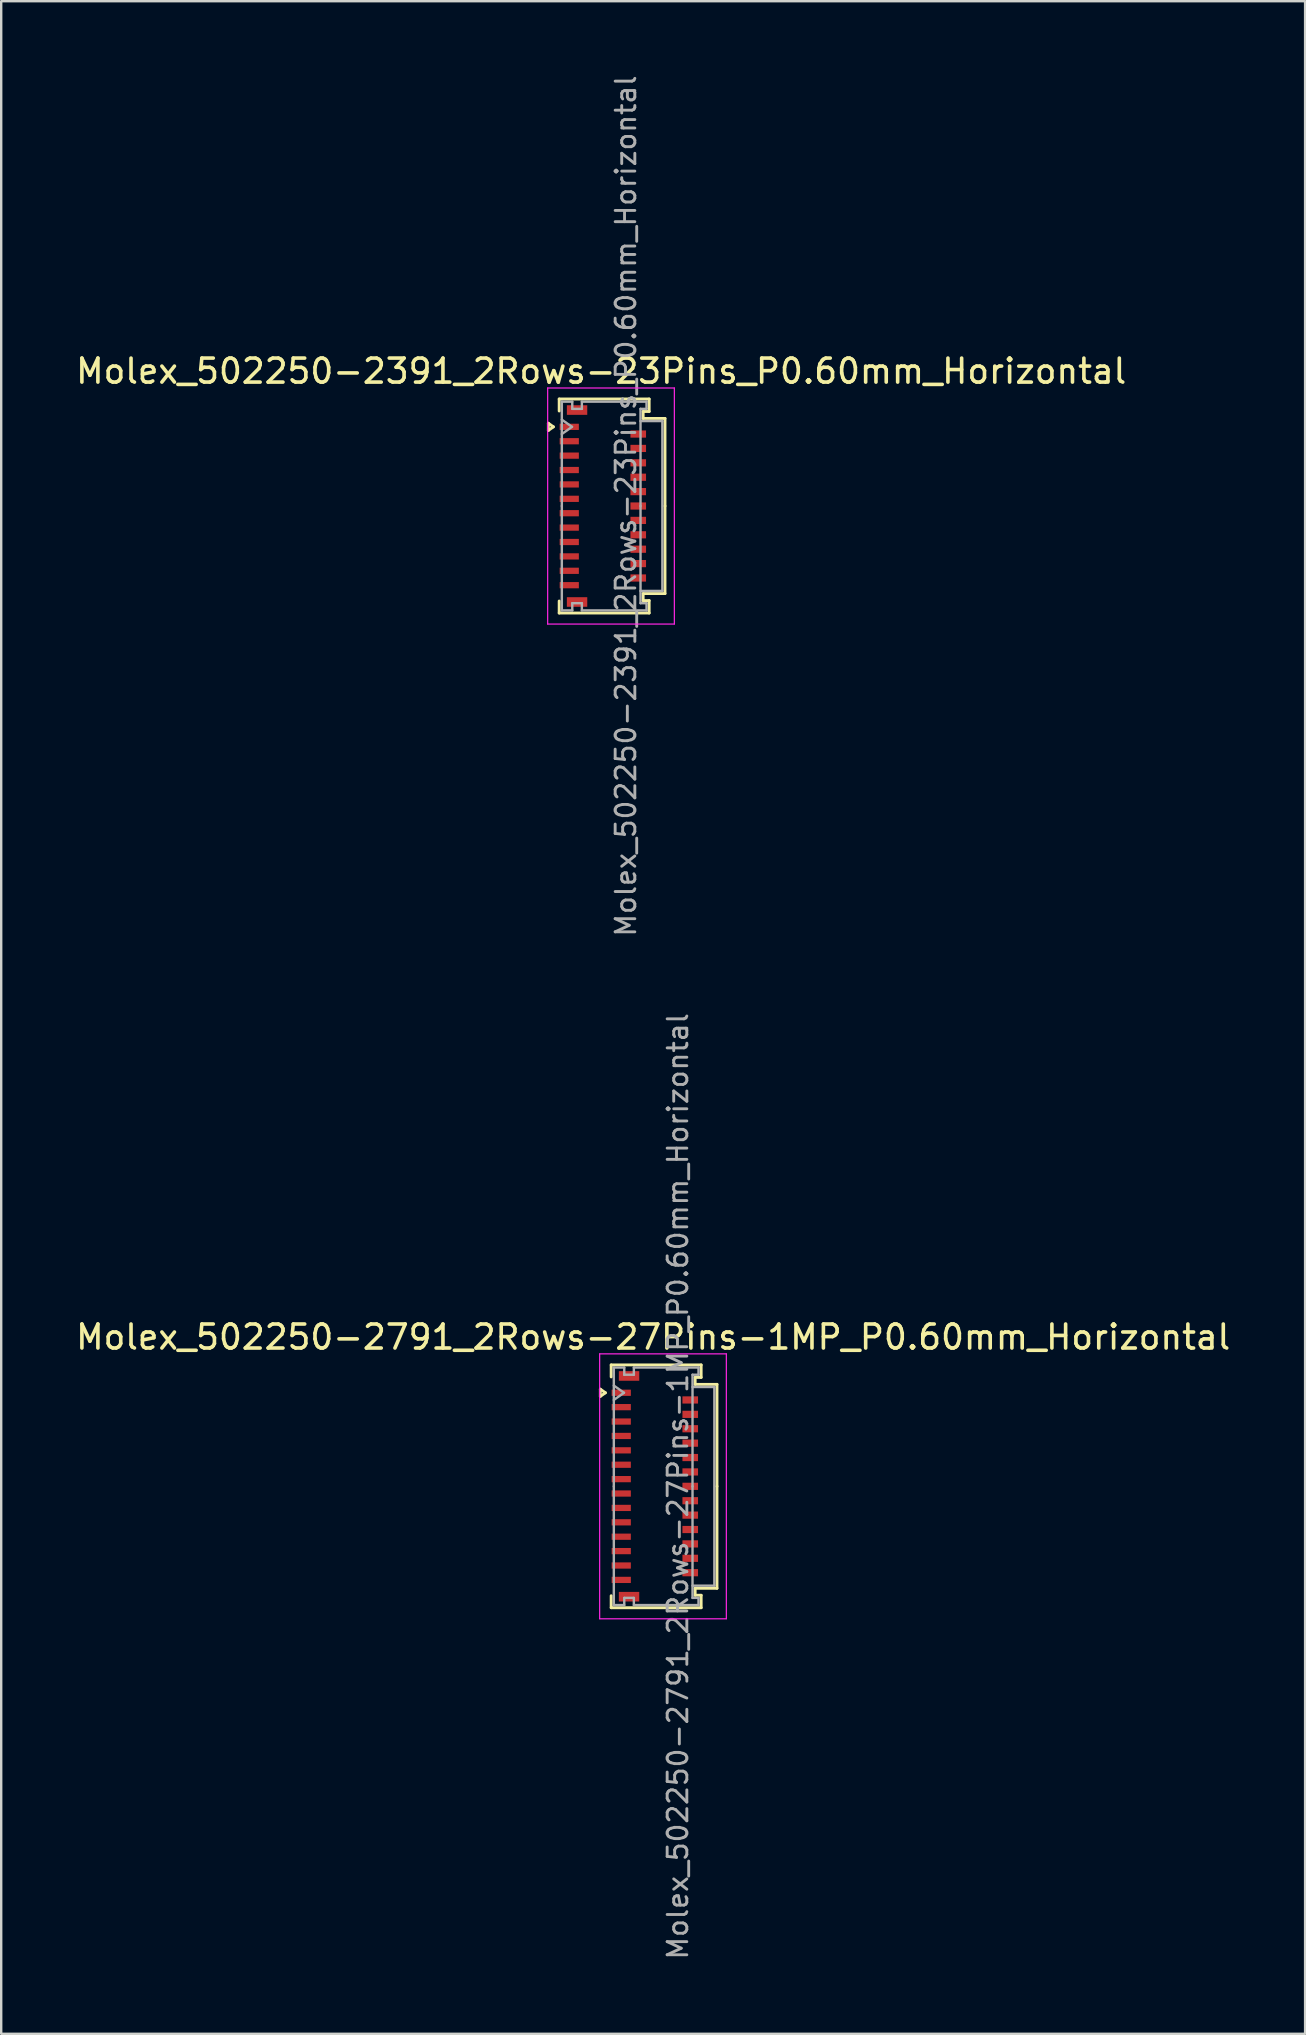
<source format=kicad_pcb>
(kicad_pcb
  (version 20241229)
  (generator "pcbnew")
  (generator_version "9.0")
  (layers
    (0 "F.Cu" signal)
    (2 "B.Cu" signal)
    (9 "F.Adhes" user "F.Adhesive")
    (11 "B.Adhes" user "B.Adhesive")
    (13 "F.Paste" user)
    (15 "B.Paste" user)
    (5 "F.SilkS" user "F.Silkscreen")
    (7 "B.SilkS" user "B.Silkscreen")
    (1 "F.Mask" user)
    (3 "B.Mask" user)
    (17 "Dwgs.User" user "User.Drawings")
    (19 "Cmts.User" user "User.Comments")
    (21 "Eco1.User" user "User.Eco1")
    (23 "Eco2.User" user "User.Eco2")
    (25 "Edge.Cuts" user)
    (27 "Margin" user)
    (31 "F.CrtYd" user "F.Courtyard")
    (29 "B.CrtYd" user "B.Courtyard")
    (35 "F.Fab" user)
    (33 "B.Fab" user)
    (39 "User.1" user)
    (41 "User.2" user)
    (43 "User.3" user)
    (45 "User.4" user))
  (footprint "Molex_502250-2791_2Rows-27Pins-1MP_P0.60mm_Horizontal"
    (layer "F.Cu")
    (at 24.243 58.898)
    (property "Reference" "Molex_502250-2791_2Rows-27Pins-1MP_P0.60mm_Horizontal" (at -0.07 -6.22 0) (layer "F.SilkS") (effects (font (size 1 1) (thickness 0.15))))
    (attr smd)
    (fp_line (start -2.272 -4.05) (end -2.06 -3.9) (stroke (width 0.12) (type solid)) (layer "F.SilkS"))
    (fp_line (start -2.272 -3.75) (end -2.272 -4.05) (stroke (width 0.12) (type solid)) (layer "F.SilkS"))
    (fp_line (start -2.06 -3.9) (end -2.272 -3.75) (stroke (width 0.12) (type solid)) (layer "F.SilkS"))
    (fp_line (start -1.82 -5.06) (end 1.93 -5.06) (stroke (width 0.12) (type solid)) (layer "F.SilkS"))
    (fp_line (start -1.82 -4.56) (end -1.82 -5.06) (stroke (width 0.12) (type solid)) (layer "F.SilkS"))
    (fp_line (start -1.82 4.56) (end -1.82 5.06) (stroke (width 0.12) (type solid)) (layer "F.SilkS"))
    (fp_line (start -1.82 5.06) (end 1.93 5.06) (stroke (width 0.12) (type solid)) (layer "F.SilkS"))
    (fp_line (start 1.68 -4.54) (end 1.68 -4.25) (stroke (width 0.12) (type solid)) (layer "F.SilkS"))
    (fp_line (start 1.68 -4.25) (end 2.59 -4.25) (stroke (width 0.12) (type solid)) (layer "F.SilkS"))
    (fp_line (start 1.68 4.25) (end 2.59 4.25) (stroke (width 0.12) (type solid)) (layer "F.SilkS"))
    (fp_line (start 1.68 4.54) (end 1.68 4.25) (stroke (width 0.12) (type solid)) (layer "F.SilkS"))
    (fp_line (start 1.93 -5.06) (end 1.93 -4.54) (stroke (width 0.12) (type solid)) (layer "F.SilkS"))
    (fp_line (start 1.93 -4.54) (end 1.68 -4.54) (stroke (width 0.12) (type solid)) (layer "F.SilkS"))
    (fp_line (start 1.93 4.54) (end 1.68 4.54) (stroke (width 0.12) (type solid)) (layer "F.SilkS"))
    (fp_line (start 1.93 5.06) (end 1.93 4.54) (stroke (width 0.12) (type solid)) (layer "F.SilkS"))
    (fp_line (start 2.59 -4.25) (end 2.59 0) (stroke (width 0.12) (type solid)) (layer "F.SilkS"))
    (fp_line (start 2.59 4.25) (end 2.59 0) (stroke (width 0.12) (type solid)) (layer "F.SilkS"))
    (fp_line (start -2.3 -5.52) (end -2.3 5.52) (stroke (width 0.05) (type solid)) (layer "F.CrtYd"))
    (fp_line (start -2.3 5.52) (end 2.98 5.52) (stroke (width 0.05) (type solid)) (layer "F.CrtYd"))
    (fp_line (start 2.98 -5.52) (end -2.3 -5.52) (stroke (width 0.05) (type solid)) (layer "F.CrtYd"))
    (fp_line (start 2.98 5.52) (end 2.98 -5.52) (stroke (width 0.05) (type solid)) (layer "F.CrtYd"))
    (fp_line (start -1.71 -4.95) (end -1.275 -4.95) (stroke (width 0.1) (type solid)) (layer "F.Fab"))
    (fp_line (start -1.71 -4.2) (end -1.286 -3.9) (stroke (width 0.1) (type solid)) (layer "F.Fab"))
    (fp_line (start -1.71 0) (end -1.71 -4.95) (stroke (width 0.1) (type solid)) (layer "F.Fab"))
    (fp_line (start -1.71 0) (end -1.71 4.95) (stroke (width 0.1) (type solid)) (layer "F.Fab"))
    (fp_line (start -1.71 4.95) (end -1.275 4.95) (stroke (width 0.1) (type solid)) (layer "F.Fab"))
    (fp_line (start -1.286 -3.9) (end -1.71 -3.6) (stroke (width 0.1) (type solid)) (layer "F.Fab"))
    (fp_line (start -1.275 -4.95) (end -1.275 -4.65) (stroke (width 0.1) (type solid)) (layer "F.Fab"))
    (fp_line (start -1.275 -4.65) (end -0.875 -4.65) (stroke (width 0.1) (type solid)) (layer "F.Fab"))
    (fp_line (start -1.275 4.65) (end -0.875 4.65) (stroke (width 0.1) (type solid)) (layer "F.Fab"))
    (fp_line (start -1.275 4.95) (end -1.275 4.65) (stroke (width 0.1) (type solid)) (layer "F.Fab"))
    (fp_line (start -0.875 -4.95) (end 1.82 -4.95) (stroke (width 0.1) (type solid)) (layer "F.Fab"))
    (fp_line (start -0.875 -4.65) (end -0.875 -4.95) (stroke (width 0.1) (type solid)) (layer "F.Fab"))
    (fp_line (start -0.875 4.65) (end -0.875 4.95) (stroke (width 0.1) (type solid)) (layer "F.Fab"))
    (fp_line (start -0.875 4.95) (end 1.82 4.95) (stroke (width 0.1) (type solid)) (layer "F.Fab"))
    (fp_line (start 1.57 -4.65) (end 1.57 0) (stroke (width 0.1) (type solid)) (layer "F.Fab"))
    (fp_line (start 1.57 -4.14) (end 2.48 -4.14) (stroke (width 0.1) (type solid)) (layer "F.Fab"))
    (fp_line (start 1.57 4.65) (end 1.57 0) (stroke (width 0.1) (type solid)) (layer "F.Fab"))
    (fp_line (start 1.82 -4.95) (end 1.82 -4.65) (stroke (width 0.1) (type solid)) (layer "F.Fab"))
    (fp_line (start 1.82 -4.65) (end 1.57 -4.65) (stroke (width 0.1) (type solid)) (layer "F.Fab"))
    (fp_line (start 1.82 4.65) (end 1.57 4.65) (stroke (width 0.1) (type solid)) (layer "F.Fab"))
    (fp_line (start 1.82 4.95) (end 1.82 4.65) (stroke (width 0.1) (type solid)) (layer "F.Fab"))
    (fp_line (start 2.48 -4.14) (end 2.48 4.14) (stroke (width 0.1) (type solid)) (layer "F.Fab"))
    (fp_line (start 2.48 4.14) (end 1.57 4.14) (stroke (width 0.1) (type solid)) (layer "F.Fab"))
    (fp_text user "${REFERENCE}" (at 0.96 0 90) (layer "F.Fab") (effects (font (size 0.82 0.82) (thickness 0.12))))
    (pad "1" smd rect (at -1.4 -3.9) (size 0.8 0.26) (layers "F.Cu" "F.Mask" "F.Paste"))
    (pad "2" smd rect (at 1.475 -3.6) (size 0.65 0.3) (layers "F.Cu" "F.Mask" "F.Paste"))
    (pad "3" smd rect (at -1.4 -3.3) (size 0.8 0.26) (layers "F.Cu" "F.Mask" "F.Paste"))
    (pad "4" smd rect (at 1.475 -3) (size 0.65 0.3) (layers "F.Cu" "F.Mask" "F.Paste"))
    (pad "5" smd rect (at -1.4 -2.7) (size 0.8 0.26) (layers "F.Cu" "F.Mask" "F.Paste"))
    (pad "6" smd rect (at 1.475 -2.4) (size 0.65 0.3) (layers "F.Cu" "F.Mask" "F.Paste"))
    (pad "7" smd rect (at -1.4 -2.1) (size 0.8 0.26) (layers "F.Cu" "F.Mask" "F.Paste"))
    (pad "8" smd rect (at 1.475 -1.8) (size 0.65 0.3) (layers "F.Cu" "F.Mask" "F.Paste"))
    (pad "9" smd rect (at -1.4 -1.5) (size 0.8 0.26) (layers "F.Cu" "F.Mask" "F.Paste"))
    (pad "10" smd rect (at 1.475 -1.2) (size 0.65 0.3) (layers "F.Cu" "F.Mask" "F.Paste"))
    (pad "11" smd rect (at -1.4 -0.9) (size 0.8 0.26) (layers "F.Cu" "F.Mask" "F.Paste"))
    (pad "12" smd rect (at 1.475 -0.6) (size 0.65 0.3) (layers "F.Cu" "F.Mask" "F.Paste"))
    (pad "13" smd rect (at -1.4 -0.3) (size 0.8 0.26) (layers "F.Cu" "F.Mask" "F.Paste"))
    (pad "14" smd rect (at 1.475 0) (size 0.65 0.3) (layers "F.Cu" "F.Mask" "F.Paste"))
    (pad "15" smd rect (at -1.4 0.3) (size 0.8 0.26) (layers "F.Cu" "F.Mask" "F.Paste"))
    (pad "16" smd rect (at 1.475 0.6) (size 0.65 0.3) (layers "F.Cu" "F.Mask" "F.Paste"))
    (pad "17" smd rect (at -1.4 0.9) (size 0.8 0.26) (layers "F.Cu" "F.Mask" "F.Paste"))
    (pad "18" smd rect (at 1.475 1.2) (size 0.65 0.3) (layers "F.Cu" "F.Mask" "F.Paste"))
    (pad "19" smd rect (at -1.4 1.5) (size 0.8 0.26) (layers "F.Cu" "F.Mask" "F.Paste"))
    (pad "20" smd rect (at 1.475 1.8) (size 0.65 0.3) (layers "F.Cu" "F.Mask" "F.Paste"))
    (pad "21" smd rect (at -1.4 2.1) (size 0.8 0.26) (layers "F.Cu" "F.Mask" "F.Paste"))
    (pad "22" smd rect (at 1.475 2.4) (size 0.65 0.3) (layers "F.Cu" "F.Mask" "F.Paste"))
    (pad "23" smd rect (at -1.4 2.7) (size 0.8 0.26) (layers "F.Cu" "F.Mask" "F.Paste"))
    (pad "24" smd rect (at 1.475 3) (size 0.65 0.3) (layers "F.Cu" "F.Mask" "F.Paste"))
    (pad "25" smd rect (at -1.4 3.3) (size 0.8 0.26) (layers "F.Cu" "F.Mask" "F.Paste"))
    (pad "26" smd rect (at 1.475 3.6) (size 0.65 0.3) (layers "F.Cu" "F.Mask" "F.Paste"))
    (pad "27" smd rect (at -1.4 3.9) (size 0.8 0.26) (layers "F.Cu" "F.Mask" "F.Paste"))
    (pad "MP" smd rect (at -1.075 -4.6) (size 0.85 0.4) (layers "F.Cu" "F.Mask" "F.Paste"))
    (pad "MP" smd rect (at -1.075 4.6) (size 0.85 0.4) (layers "F.Cu" "F.Mask" "F.Paste")))
  (footprint "Molex_502250-2391_2Rows-23Pins_P0.60mm_Horizontal"
    (layer "F.Cu")
    (at 22.076 18.04)
    (property "Reference" "Molex_502250-2391_2Rows-23Pins_P0.60mm_Horizontal" (at -0.07 -5.62 0) (layer "F.SilkS") (effects (font (size 1 1) (thickness 0.15))))
    (attr smd)
    (fp_line (start -2.272 -3.45) (end -2.06 -3.3) (stroke (width 0.12) (type solid)) (layer "F.SilkS"))
    (fp_line (start -2.272 -3.15) (end -2.272 -3.45) (stroke (width 0.12) (type solid)) (layer "F.SilkS"))
    (fp_line (start -2.06 -3.3) (end -2.272 -3.15) (stroke (width 0.12) (type solid)) (layer "F.SilkS"))
    (fp_line (start -1.82 -4.46) (end 1.93 -4.46) (stroke (width 0.12) (type solid)) (layer "F.SilkS"))
    (fp_line (start -1.82 -3.96) (end -1.82 -4.46) (stroke (width 0.12) (type solid)) (layer "F.SilkS"))
    (fp_line (start -1.82 3.96) (end -1.82 4.46) (stroke (width 0.12) (type solid)) (layer "F.SilkS"))
    (fp_line (start -1.82 4.46) (end 1.93 4.46) (stroke (width 0.12) (type solid)) (layer "F.SilkS"))
    (fp_line (start 1.68 -3.94) (end 1.68 -3.65) (stroke (width 0.12) (type solid)) (layer "F.SilkS"))
    (fp_line (start 1.68 -3.65) (end 2.59 -3.65) (stroke (width 0.12) (type solid)) (layer "F.SilkS"))
    (fp_line (start 1.68 3.65) (end 2.59 3.65) (stroke (width 0.12) (type solid)) (layer "F.SilkS"))
    (fp_line (start 1.68 3.94) (end 1.68 3.65) (stroke (width 0.12) (type solid)) (layer "F.SilkS"))
    (fp_line (start 1.93 -4.46) (end 1.93 -3.94) (stroke (width 0.12) (type solid)) (layer "F.SilkS"))
    (fp_line (start 1.93 -3.94) (end 1.68 -3.94) (stroke (width 0.12) (type solid)) (layer "F.SilkS"))
    (fp_line (start 1.93 3.94) (end 1.68 3.94) (stroke (width 0.12) (type solid)) (layer "F.SilkS"))
    (fp_line (start 1.93 4.46) (end 1.93 3.94) (stroke (width 0.12) (type solid)) (layer "F.SilkS"))
    (fp_line (start 2.59 -3.65) (end 2.59 0) (stroke (width 0.12) (type solid)) (layer "F.SilkS"))
    (fp_line (start 2.59 3.65) (end 2.59 0) (stroke (width 0.12) (type solid)) (layer "F.SilkS"))
    (fp_line (start -2.3 -4.92) (end -2.3 4.92) (stroke (width 0.05) (type solid)) (layer "F.CrtYd"))
    (fp_line (start -2.3 4.92) (end 2.98 4.92) (stroke (width 0.05) (type solid)) (layer "F.CrtYd"))
    (fp_line (start 2.98 -4.92) (end -2.3 -4.92) (stroke (width 0.05) (type solid)) (layer "F.CrtYd"))
    (fp_line (start 2.98 4.92) (end 2.98 -4.92) (stroke (width 0.05) (type solid)) (layer "F.CrtYd"))
    (fp_line (start -1.71 -4.35) (end -1.275 -4.35) (stroke (width 0.1) (type solid)) (layer "F.Fab"))
    (fp_line (start -1.71 -3.6) (end -1.286 -3.3) (stroke (width 0.1) (type solid)) (layer "F.Fab"))
    (fp_line (start -1.71 0) (end -1.71 -4.35) (stroke (width 0.1) (type solid)) (layer "F.Fab"))
    (fp_line (start -1.71 0) (end -1.71 4.35) (stroke (width 0.1) (type solid)) (layer "F.Fab"))
    (fp_line (start -1.71 4.35) (end -1.275 4.35) (stroke (width 0.1) (type solid)) (layer "F.Fab"))
    (fp_line (start -1.286 -3.3) (end -1.71 -3) (stroke (width 0.1) (type solid)) (layer "F.Fab"))
    (fp_line (start -1.275 -4.35) (end -1.275 -4.05) (stroke (width 0.1) (type solid)) (layer "F.Fab"))
    (fp_line (start -1.275 -4.05) (end -0.875 -4.05) (stroke (width 0.1) (type solid)) (layer "F.Fab"))
    (fp_line (start -1.275 4.05) (end -0.875 4.05) (stroke (width 0.1) (type solid)) (layer "F.Fab"))
    (fp_line (start -1.275 4.35) (end -1.275 4.05) (stroke (width 0.1) (type solid)) (layer "F.Fab"))
    (fp_line (start -0.875 -4.35) (end 1.82 -4.35) (stroke (width 0.1) (type solid)) (layer "F.Fab"))
    (fp_line (start -0.875 -4.05) (end -0.875 -4.35) (stroke (width 0.1) (type solid)) (layer "F.Fab"))
    (fp_line (start -0.875 4.05) (end -0.875 4.35) (stroke (width 0.1) (type solid)) (layer "F.Fab"))
    (fp_line (start -0.875 4.35) (end 1.82 4.35) (stroke (width 0.1) (type solid)) (layer "F.Fab"))
    (fp_line (start 1.57 -4.05) (end 1.57 0) (stroke (width 0.1) (type solid)) (layer "F.Fab"))
    (fp_line (start 1.57 -3.54) (end 2.48 -3.54) (stroke (width 0.1) (type solid)) (layer "F.Fab"))
    (fp_line (start 1.57 4.05) (end 1.57 0) (stroke (width 0.1) (type solid)) (layer "F.Fab"))
    (fp_line (start 1.82 -4.35) (end 1.82 -4.05) (stroke (width 0.1) (type solid)) (layer "F.Fab"))
    (fp_line (start 1.82 -4.05) (end 1.57 -4.05) (stroke (width 0.1) (type solid)) (layer "F.Fab"))
    (fp_line (start 1.82 4.05) (end 1.57 4.05) (stroke (width 0.1) (type solid)) (layer "F.Fab"))
    (fp_line (start 1.82 4.35) (end 1.82 4.05) (stroke (width 0.1) (type solid)) (layer "F.Fab"))
    (fp_line (start 2.48 -3.54) (end 2.48 3.54) (stroke (width 0.1) (type solid)) (layer "F.Fab"))
    (fp_line (start 2.48 3.54) (end 1.57 3.54) (stroke (width 0.1) (type solid)) (layer "F.Fab"))
    (fp_text user "${REFERENCE}" (at 0.96 0 90) (layer "F.Fab") (effects (font (size 0.82 0.82) (thickness 0.12))))
    (pad "" smd rect (at -1.075 -4) (size 0.85 0.4) (layers "F.Cu" "F.Mask" "F.Paste"))
    (pad "" smd rect (at -1.075 4) (size 0.85 0.4) (layers "F.Cu" "F.Mask" "F.Paste"))
    (pad "1" smd rect (at -1.4 -3.3) (size 0.8 0.26) (layers "F.Cu" "F.Mask" "F.Paste"))
    (pad "2" smd rect (at 1.475 -3) (size 0.65 0.3) (layers "F.Cu" "F.Mask" "F.Paste"))
    (pad "3" smd rect (at -1.4 -2.7) (size 0.8 0.26) (layers "F.Cu" "F.Mask" "F.Paste"))
    (pad "4" smd rect (at 1.475 -2.4) (size 0.65 0.3) (layers "F.Cu" "F.Mask" "F.Paste"))
    (pad "5" smd rect (at -1.4 -2.1) (size 0.8 0.26) (layers "F.Cu" "F.Mask" "F.Paste"))
    (pad "6" smd rect (at 1.475 -1.8) (size 0.65 0.3) (layers "F.Cu" "F.Mask" "F.Paste"))
    (pad "7" smd rect (at -1.4 -1.5) (size 0.8 0.26) (layers "F.Cu" "F.Mask" "F.Paste"))
    (pad "8" smd rect (at 1.475 -1.2) (size 0.65 0.3) (layers "F.Cu" "F.Mask" "F.Paste"))
    (pad "9" smd rect (at -1.4 -0.9) (size 0.8 0.26) (layers "F.Cu" "F.Mask" "F.Paste"))
    (pad "10" smd rect (at 1.475 -0.6) (size 0.65 0.3) (layers "F.Cu" "F.Mask" "F.Paste"))
    (pad "11" smd rect (at -1.4 -0.3) (size 0.8 0.26) (layers "F.Cu" "F.Mask" "F.Paste"))
    (pad "12" smd rect (at 1.475 0) (size 0.65 0.3) (layers "F.Cu" "F.Mask" "F.Paste"))
    (pad "13" smd rect (at -1.4 0.3) (size 0.8 0.26) (layers "F.Cu" "F.Mask" "F.Paste"))
    (pad "14" smd rect (at 1.475 0.6) (size 0.65 0.3) (layers "F.Cu" "F.Mask" "F.Paste"))
    (pad "15" smd rect (at -1.4 0.9) (size 0.8 0.26) (layers "F.Cu" "F.Mask" "F.Paste"))
    (pad "16" smd rect (at 1.475 1.2) (size 0.65 0.3) (layers "F.Cu" "F.Mask" "F.Paste"))
    (pad "17" smd rect (at -1.4 1.5) (size 0.8 0.26) (layers "F.Cu" "F.Mask" "F.Paste"))
    (pad "18" smd rect (at 1.475 1.8) (size 0.65 0.3) (layers "F.Cu" "F.Mask" "F.Paste"))
    (pad "19" smd rect (at -1.4 2.1) (size 0.8 0.26) (layers "F.Cu" "F.Mask" "F.Paste"))
    (pad "20" smd rect (at 1.475 2.4) (size 0.65 0.3) (layers "F.Cu" "F.Mask" "F.Paste"))
    (pad "21" smd rect (at -1.4 2.7) (size 0.8 0.26) (layers "F.Cu" "F.Mask" "F.Paste"))
    (pad "22" smd rect (at 1.475 3) (size 0.65 0.3) (layers "F.Cu" "F.Mask" "F.Paste"))
    (pad "23" smd rect (at -1.4 3.3) (size 0.8 0.26) (layers "F.Cu" "F.Mask" "F.Paste")))
  (gr_rect
    (start -3 -3)
    (end 51.345 81.715)
    (stroke (width 0.1) (type default))
    (fill no)
    (layer "Edge.Cuts")))
</source>
